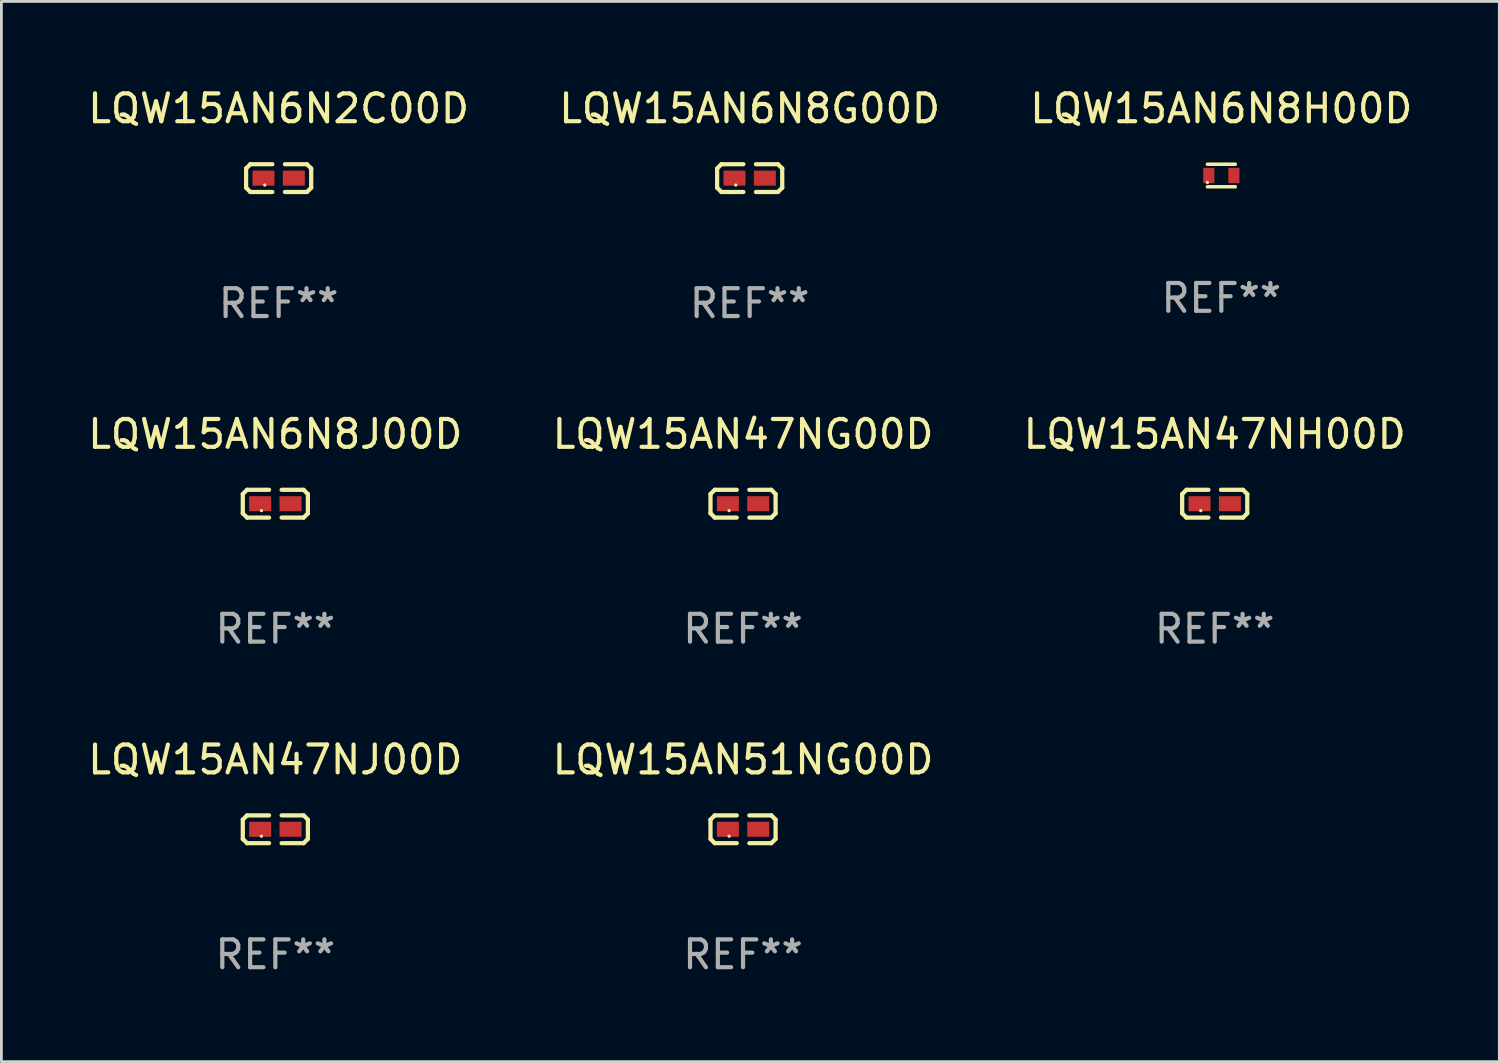
<source format=kicad_pcb>
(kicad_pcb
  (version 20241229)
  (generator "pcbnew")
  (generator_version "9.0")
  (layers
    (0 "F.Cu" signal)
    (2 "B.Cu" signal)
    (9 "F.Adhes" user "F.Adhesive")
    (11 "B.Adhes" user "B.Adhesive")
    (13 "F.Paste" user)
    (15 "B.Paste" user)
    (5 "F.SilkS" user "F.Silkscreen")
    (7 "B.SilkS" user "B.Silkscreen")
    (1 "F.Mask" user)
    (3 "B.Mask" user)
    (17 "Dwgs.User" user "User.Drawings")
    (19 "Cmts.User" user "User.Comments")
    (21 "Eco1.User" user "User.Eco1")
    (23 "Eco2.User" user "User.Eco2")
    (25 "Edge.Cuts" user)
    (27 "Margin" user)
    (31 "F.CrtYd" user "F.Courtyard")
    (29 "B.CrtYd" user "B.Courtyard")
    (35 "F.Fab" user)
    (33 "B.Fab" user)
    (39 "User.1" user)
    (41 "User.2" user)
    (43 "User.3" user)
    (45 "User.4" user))
  (footprint "LQW15AN47NG00D"
    (layer "F.Cu")
    (at 23.637 15.041)
    (property "Reference" "LQW15AN47NG00D" (at 0 -2.499 0) (layer "F.SilkS") (effects (font (size 1 1) (thickness 0.15))))
    (attr through_hole)
    (fp_line (start -1.169 -0.346) (end -1.016 -0.499) (stroke (width 0.152) (type solid)) (layer "F.SilkS"))
    (fp_line (start -1.169 0.346) (end -1.169 -0.346) (stroke (width 0.152) (type solid)) (layer "F.SilkS"))
    (fp_line (start -1.016 -0.499) (end -0.226 -0.499) (stroke (width 0.152) (type solid)) (layer "F.SilkS"))
    (fp_line (start -1.016 0.499) (end -1.169 0.346) (stroke (width 0.152) (type solid)) (layer "F.SilkS"))
    (fp_line (start -0.226 0.499) (end -1.016 0.499) (stroke (width 0.152) (type solid)) (layer "F.SilkS"))
    (fp_line (start 0.226 0.499) (end 1.016 0.499) (stroke (width 0.152) (type solid)) (layer "F.SilkS"))
    (fp_line (start 1.016 -0.499) (end 0.226 -0.499) (stroke (width 0.152) (type solid)) (layer "F.SilkS"))
    (fp_line (start 1.016 0.499) (end 1.169 0.346) (stroke (width 0.152) (type solid)) (layer "F.SilkS"))
    (fp_line (start 1.169 -0.346) (end 1.016 -0.499) (stroke (width 0.152) (type solid)) (layer "F.SilkS"))
    (fp_line (start 1.169 0.346) (end 1.169 -0.346) (stroke (width 0.152) (type solid)) (layer "F.SilkS"))
    (fp_circle (center -0.5 0.25) (end -0.47 0.25) (stroke (width 0.06) (type solid)) (fill no) (layer "F.SilkS"))
    (fp_text user "REF**" (at 0 4.499 0) (layer "F.Fab") (effects (font (size 1 1) (thickness 0.15))))
    (pad "1" smd rect (at -0.545 0) (size 0.79 0.54) (layers "F.Cu" "F.Mask" "F.Paste"))
    (pad "2" smd rect (at 0.545 0) (size 0.79 0.54) (layers "F.Cu" "F.Mask" "F.Paste")))
  (footprint "LQW15AN47NJ00D"
    (layer "F.Cu")
    (at 6.839 26.734)
    (property "Reference" "LQW15AN47NJ00D" (at 0 -2.499 0) (layer "F.SilkS") (effects (font (size 1 1) (thickness 0.15))))
    (attr through_hole)
    (fp_line (start -1.169 -0.346) (end -1.016 -0.499) (stroke (width 0.152) (type solid)) (layer "F.SilkS"))
    (fp_line (start -1.169 0.346) (end -1.169 -0.346) (stroke (width 0.152) (type solid)) (layer "F.SilkS"))
    (fp_line (start -1.016 -0.499) (end -0.226 -0.499) (stroke (width 0.152) (type solid)) (layer "F.SilkS"))
    (fp_line (start -1.016 0.499) (end -1.169 0.346) (stroke (width 0.152) (type solid)) (layer "F.SilkS"))
    (fp_line (start -0.226 0.499) (end -1.016 0.499) (stroke (width 0.152) (type solid)) (layer "F.SilkS"))
    (fp_line (start 0.226 0.499) (end 1.016 0.499) (stroke (width 0.152) (type solid)) (layer "F.SilkS"))
    (fp_line (start 1.016 -0.499) (end 0.226 -0.499) (stroke (width 0.152) (type solid)) (layer "F.SilkS"))
    (fp_line (start 1.016 0.499) (end 1.169 0.346) (stroke (width 0.152) (type solid)) (layer "F.SilkS"))
    (fp_line (start 1.169 -0.346) (end 1.016 -0.499) (stroke (width 0.152) (type solid)) (layer "F.SilkS"))
    (fp_line (start 1.169 0.346) (end 1.169 -0.346) (stroke (width 0.152) (type solid)) (layer "F.SilkS"))
    (fp_circle (center -0.5 0.25) (end -0.47 0.25) (stroke (width 0.06) (type solid)) (fill no) (layer "F.SilkS"))
    (fp_text user "REF**" (at 0 4.499 0) (layer "F.Fab") (effects (font (size 1 1) (thickness 0.15))))
    (pad "1" smd rect (at -0.545 0) (size 0.79 0.54) (layers "F.Cu" "F.Mask" "F.Paste"))
    (pad "2" smd rect (at 0.545 0) (size 0.79 0.54) (layers "F.Cu" "F.Mask" "F.Paste")))
  (footprint "LQW15AN6N8H00D"
    (layer "F.Cu")
    (at 40.815 3.253)
    (property "Reference" "LQW15AN6N8H00D" (at 0 -2.405 0) (layer "F.SilkS") (effects (font (size 1 1) (thickness 0.15))))
    (attr through_hole)
    (fp_line (start -0.5 -0.405) (end 0.5 -0.405) (stroke (width 0.127) (type solid)) (layer "F.SilkS"))
    (fp_line (start -0.5 0.405) (end 0.5 0.405) (stroke (width 0.127) (type solid)) (layer "F.SilkS"))
    (fp_circle (center -0.5 0.25) (end -0.47 0.25) (stroke (width 0.06) (type solid)) (fill no) (layer "F.SilkS"))
    (fp_text user "REF**" (at 0 4.405 0) (layer "F.Fab") (effects (font (size 1 1) (thickness 0.15))))
    (pad "1" smd rect (at -0.45 0 90) (size 0.55 0.4) (layers "F.Cu" "F.Mask" "F.Paste"))
    (pad "2" smd rect (at 0.45 0 90) (size 0.55 0.4) (layers "F.Cu" "F.Mask" "F.Paste")))
  (footprint "LQW15AN6N2C00D"
    (layer "F.Cu")
    (at 6.958 3.347)
    (property "Reference" "LQW15AN6N2C00D" (at 0 -2.499 0) (layer "F.SilkS") (effects (font (size 1 1) (thickness 0.15))))
    (attr through_hole)
    (fp_line (start -1.169 -0.346) (end -1.016 -0.499) (stroke (width 0.152) (type solid)) (layer "F.SilkS"))
    (fp_line (start -1.169 0.346) (end -1.169 -0.346) (stroke (width 0.152) (type solid)) (layer "F.SilkS"))
    (fp_line (start -1.016 -0.499) (end -0.226 -0.499) (stroke (width 0.152) (type solid)) (layer "F.SilkS"))
    (fp_line (start -1.016 0.499) (end -1.169 0.346) (stroke (width 0.152) (type solid)) (layer "F.SilkS"))
    (fp_line (start -0.226 0.499) (end -1.016 0.499) (stroke (width 0.152) (type solid)) (layer "F.SilkS"))
    (fp_line (start 0.226 0.499) (end 1.016 0.499) (stroke (width 0.152) (type solid)) (layer "F.SilkS"))
    (fp_line (start 1.016 -0.499) (end 0.226 -0.499) (stroke (width 0.152) (type solid)) (layer "F.SilkS"))
    (fp_line (start 1.016 0.499) (end 1.169 0.346) (stroke (width 0.152) (type solid)) (layer "F.SilkS"))
    (fp_line (start 1.169 -0.346) (end 1.016 -0.499) (stroke (width 0.152) (type solid)) (layer "F.SilkS"))
    (fp_line (start 1.169 0.346) (end 1.169 -0.346) (stroke (width 0.152) (type solid)) (layer "F.SilkS"))
    (fp_circle (center -0.5 0.25) (end -0.47 0.25) (stroke (width 0.06) (type solid)) (fill no) (layer "F.SilkS"))
    (fp_text user "REF**" (at 0 4.499 0) (layer "F.Fab") (effects (font (size 1 1) (thickness 0.15))))
    (pad "1" smd rect (at -0.545 0) (size 0.79 0.54) (layers "F.Cu" "F.Mask" "F.Paste"))
    (pad "2" smd rect (at 0.545 0) (size 0.79 0.54) (layers "F.Cu" "F.Mask" "F.Paste")))
  (footprint "LQW15AN6N8G00D"
    (layer "F.Cu")
    (at 23.875 3.347)
    (property "Reference" "LQW15AN6N8G00D" (at 0 -2.499 0) (layer "F.SilkS") (effects (font (size 1 1) (thickness 0.15))))
    (attr through_hole)
    (fp_line (start -1.169 -0.346) (end -1.016 -0.499) (stroke (width 0.152) (type solid)) (layer "F.SilkS"))
    (fp_line (start -1.169 0.346) (end -1.169 -0.346) (stroke (width 0.152) (type solid)) (layer "F.SilkS"))
    (fp_line (start -1.016 -0.499) (end -0.226 -0.499) (stroke (width 0.152) (type solid)) (layer "F.SilkS"))
    (fp_line (start -1.016 0.499) (end -1.169 0.346) (stroke (width 0.152) (type solid)) (layer "F.SilkS"))
    (fp_line (start -0.226 0.499) (end -1.016 0.499) (stroke (width 0.152) (type solid)) (layer "F.SilkS"))
    (fp_line (start 0.226 0.499) (end 1.016 0.499) (stroke (width 0.152) (type solid)) (layer "F.SilkS"))
    (fp_line (start 1.016 -0.499) (end 0.226 -0.499) (stroke (width 0.152) (type solid)) (layer "F.SilkS"))
    (fp_line (start 1.016 0.499) (end 1.169 0.346) (stroke (width 0.152) (type solid)) (layer "F.SilkS"))
    (fp_line (start 1.169 -0.346) (end 1.016 -0.499) (stroke (width 0.152) (type solid)) (layer "F.SilkS"))
    (fp_line (start 1.169 0.346) (end 1.169 -0.346) (stroke (width 0.152) (type solid)) (layer "F.SilkS"))
    (fp_circle (center -0.5 0.25) (end -0.47 0.25) (stroke (width 0.06) (type solid)) (fill no) (layer "F.SilkS"))
    (fp_text user "REF**" (at 0 4.499 0) (layer "F.Fab") (effects (font (size 1 1) (thickness 0.15))))
    (pad "1" smd rect (at -0.545 0) (size 0.79 0.54) (layers "F.Cu" "F.Mask" "F.Paste"))
    (pad "2" smd rect (at 0.545 0) (size 0.79 0.54) (layers "F.Cu" "F.Mask" "F.Paste")))
  (footprint "LQW15AN51NG00D"
    (layer "F.Cu")
    (at 23.637 26.734)
    (property "Reference" "LQW15AN51NG00D" (at 0 -2.499 0) (layer "F.SilkS") (effects (font (size 1 1) (thickness 0.15))))
    (attr through_hole)
    (fp_line (start -1.169 -0.346) (end -1.016 -0.499) (stroke (width 0.152) (type solid)) (layer "F.SilkS"))
    (fp_line (start -1.169 0.346) (end -1.169 -0.346) (stroke (width 0.152) (type solid)) (layer "F.SilkS"))
    (fp_line (start -1.016 -0.499) (end -0.226 -0.499) (stroke (width 0.152) (type solid)) (layer "F.SilkS"))
    (fp_line (start -1.016 0.499) (end -1.169 0.346) (stroke (width 0.152) (type solid)) (layer "F.SilkS"))
    (fp_line (start -0.226 0.499) (end -1.016 0.499) (stroke (width 0.152) (type solid)) (layer "F.SilkS"))
    (fp_line (start 0.226 0.499) (end 1.016 0.499) (stroke (width 0.152) (type solid)) (layer "F.SilkS"))
    (fp_line (start 1.016 -0.499) (end 0.226 -0.499) (stroke (width 0.152) (type solid)) (layer "F.SilkS"))
    (fp_line (start 1.016 0.499) (end 1.169 0.346) (stroke (width 0.152) (type solid)) (layer "F.SilkS"))
    (fp_line (start 1.169 -0.346) (end 1.016 -0.499) (stroke (width 0.152) (type solid)) (layer "F.SilkS"))
    (fp_line (start 1.169 0.346) (end 1.169 -0.346) (stroke (width 0.152) (type solid)) (layer "F.SilkS"))
    (fp_circle (center -0.5 0.25) (end -0.47 0.25) (stroke (width 0.06) (type solid)) (fill no) (layer "F.SilkS"))
    (fp_text user "REF**" (at 0 4.499 0) (layer "F.Fab") (effects (font (size 1 1) (thickness 0.15))))
    (pad "1" smd rect (at -0.545 0) (size 0.79 0.54) (layers "F.Cu" "F.Mask" "F.Paste"))
    (pad "2" smd rect (at 0.545 0) (size 0.79 0.54) (layers "F.Cu" "F.Mask" "F.Paste")))
  (footprint "LQW15AN6N8J00D"
    (layer "F.Cu")
    (at 6.839 15.041)
    (property "Reference" "LQW15AN6N8J00D" (at 0 -2.499 0) (layer "F.SilkS") (effects (font (size 1 1) (thickness 0.15))))
    (attr through_hole)
    (fp_line (start -1.169 -0.346) (end -1.016 -0.499) (stroke (width 0.152) (type solid)) (layer "F.SilkS"))
    (fp_line (start -1.169 0.346) (end -1.169 -0.346) (stroke (width 0.152) (type solid)) (layer "F.SilkS"))
    (fp_line (start -1.016 -0.499) (end -0.226 -0.499) (stroke (width 0.152) (type solid)) (layer "F.SilkS"))
    (fp_line (start -1.016 0.499) (end -1.169 0.346) (stroke (width 0.152) (type solid)) (layer "F.SilkS"))
    (fp_line (start -0.226 0.499) (end -1.016 0.499) (stroke (width 0.152) (type solid)) (layer "F.SilkS"))
    (fp_line (start 0.226 0.499) (end 1.016 0.499) (stroke (width 0.152) (type solid)) (layer "F.SilkS"))
    (fp_line (start 1.016 -0.499) (end 0.226 -0.499) (stroke (width 0.152) (type solid)) (layer "F.SilkS"))
    (fp_line (start 1.016 0.499) (end 1.169 0.346) (stroke (width 0.152) (type solid)) (layer "F.SilkS"))
    (fp_line (start 1.169 -0.346) (end 1.016 -0.499) (stroke (width 0.152) (type solid)) (layer "F.SilkS"))
    (fp_line (start 1.169 0.346) (end 1.169 -0.346) (stroke (width 0.152) (type solid)) (layer "F.SilkS"))
    (fp_circle (center -0.5 0.25) (end -0.47 0.25) (stroke (width 0.06) (type solid)) (fill no) (layer "F.SilkS"))
    (fp_text user "REF**" (at 0 4.499 0) (layer "F.Fab") (effects (font (size 1 1) (thickness 0.15))))
    (pad "1" smd rect (at -0.545 0) (size 0.79 0.54) (layers "F.Cu" "F.Mask" "F.Paste"))
    (pad "2" smd rect (at 0.545 0) (size 0.79 0.54) (layers "F.Cu" "F.Mask" "F.Paste")))
  (footprint "LQW15AN47NH00D"
    (layer "F.Cu")
    (at 40.577 15.041)
    (property "Reference" "LQW15AN47NH00D" (at 0 -2.499 0) (layer "F.SilkS") (effects (font (size 1 1) (thickness 0.15))))
    (attr through_hole)
    (fp_line (start -1.169 -0.346) (end -1.016 -0.499) (stroke (width 0.152) (type solid)) (layer "F.SilkS"))
    (fp_line (start -1.169 0.346) (end -1.169 -0.346) (stroke (width 0.152) (type solid)) (layer "F.SilkS"))
    (fp_line (start -1.016 -0.499) (end -0.226 -0.499) (stroke (width 0.152) (type solid)) (layer "F.SilkS"))
    (fp_line (start -1.016 0.499) (end -1.169 0.346) (stroke (width 0.152) (type solid)) (layer "F.SilkS"))
    (fp_line (start -0.226 0.499) (end -1.016 0.499) (stroke (width 0.152) (type solid)) (layer "F.SilkS"))
    (fp_line (start 0.226 0.499) (end 1.016 0.499) (stroke (width 0.152) (type solid)) (layer "F.SilkS"))
    (fp_line (start 1.016 -0.499) (end 0.226 -0.499) (stroke (width 0.152) (type solid)) (layer "F.SilkS"))
    (fp_line (start 1.016 0.499) (end 1.169 0.346) (stroke (width 0.152) (type solid)) (layer "F.SilkS"))
    (fp_line (start 1.169 -0.346) (end 1.016 -0.499) (stroke (width 0.152) (type solid)) (layer "F.SilkS"))
    (fp_line (start 1.169 0.346) (end 1.169 -0.346) (stroke (width 0.152) (type solid)) (layer "F.SilkS"))
    (fp_circle (center -0.5 0.25) (end -0.47 0.25) (stroke (width 0.06) (type solid)) (fill no) (layer "F.SilkS"))
    (fp_text user "REF**" (at 0 4.499 0) (layer "F.Fab") (effects (font (size 1 1) (thickness 0.15))))
    (pad "1" smd rect (at -0.545 0) (size 0.79 0.54) (layers "F.Cu" "F.Mask" "F.Paste"))
    (pad "2" smd rect (at 0.545 0) (size 0.79 0.54) (layers "F.Cu" "F.Mask" "F.Paste")))
  (gr_rect
    (start -3 -3)
    (end 50.798 35.081)
    (stroke (width 0.1) (type default))
    (fill no)
    (layer "Edge.Cuts")))
</source>
